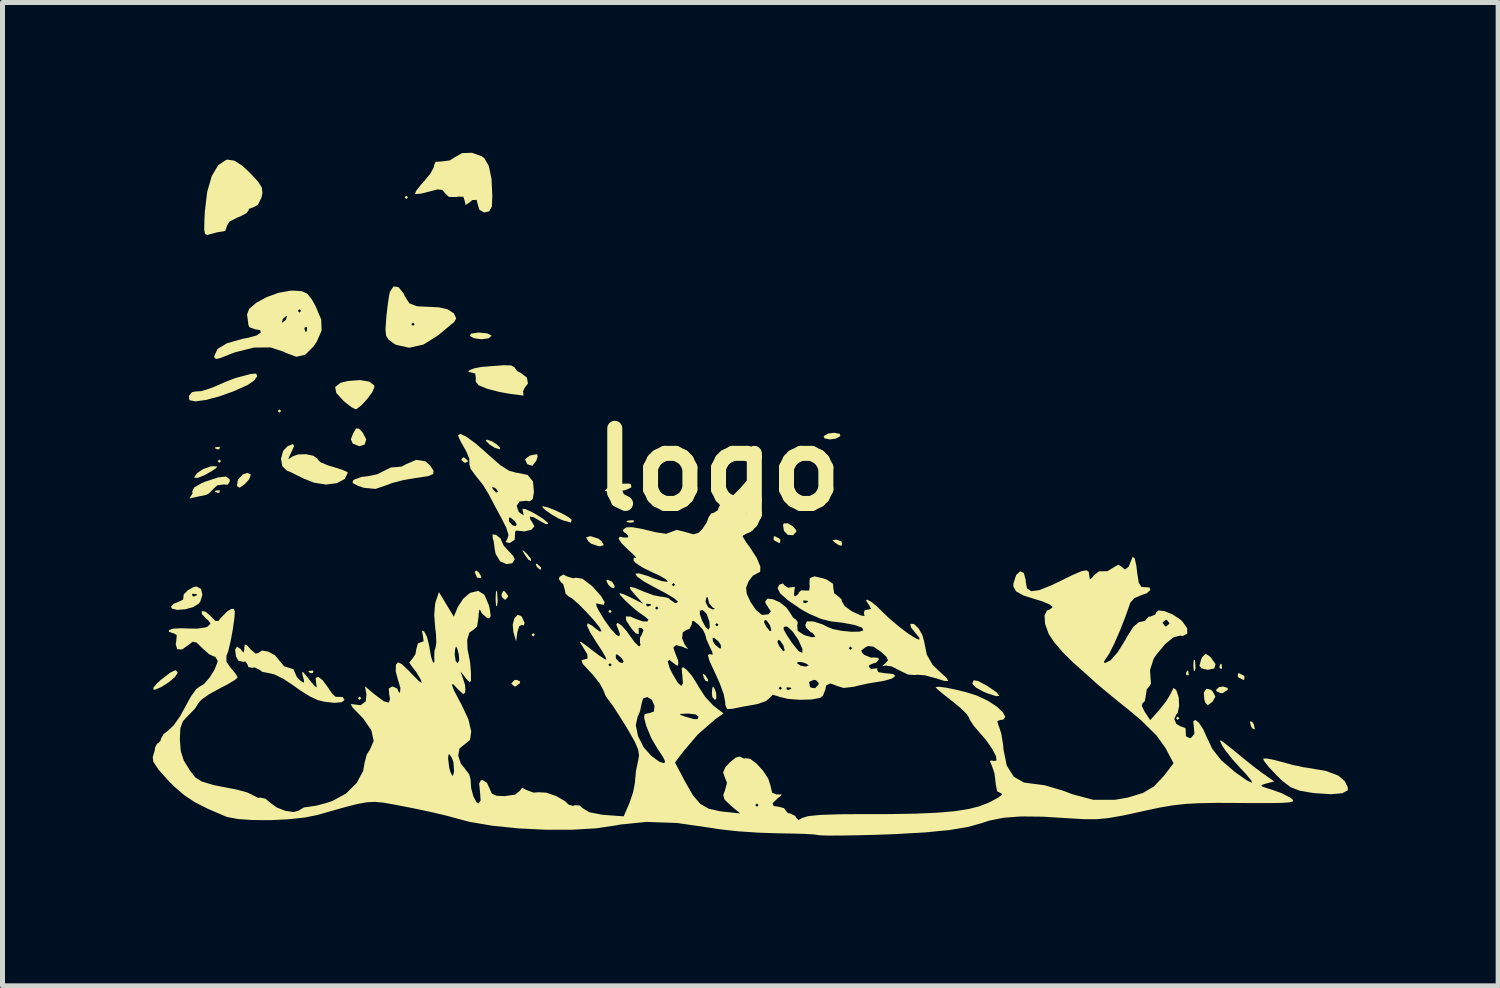
<source format=kicad_pcb>
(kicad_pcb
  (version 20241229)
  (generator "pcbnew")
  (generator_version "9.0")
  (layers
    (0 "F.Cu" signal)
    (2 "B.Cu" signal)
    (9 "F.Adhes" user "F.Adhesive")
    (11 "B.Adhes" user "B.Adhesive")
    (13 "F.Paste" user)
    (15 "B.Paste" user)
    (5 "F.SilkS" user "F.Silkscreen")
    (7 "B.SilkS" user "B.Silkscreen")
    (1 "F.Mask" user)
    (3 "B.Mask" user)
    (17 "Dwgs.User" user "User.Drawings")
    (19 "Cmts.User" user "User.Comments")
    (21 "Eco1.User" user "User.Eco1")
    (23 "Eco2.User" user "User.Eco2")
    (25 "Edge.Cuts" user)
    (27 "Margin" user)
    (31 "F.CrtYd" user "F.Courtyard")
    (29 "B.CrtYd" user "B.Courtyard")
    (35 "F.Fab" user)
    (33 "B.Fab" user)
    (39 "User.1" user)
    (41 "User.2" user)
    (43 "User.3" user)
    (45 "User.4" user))
  (footprint "logo"
    (layer "F.Cu")
    (at 11.295 6.323)
    (property "Reference" "logo" (at 0 0 0) (layer "F.SilkS") (effects (font (size 1.5 1.5) (thickness 0.3))))
    (attr board_only exclude_from_pos_files exclude_from_bom)
    (fp_poly (pts (xy -9.933 -0.167) (xy -9.967 -0.133) (xy -10 -0.167) (xy -9.967 -0.2)) (stroke (width 0) (type solid)) (fill yes) (layer "F.SilkS"))
    (fp_poly (pts (xy -8.733 -1.167) (xy -8.767 -1.133) (xy -8.8 -1.167) (xy -8.767 -1.2)) (stroke (width 0) (type solid)) (fill yes) (layer "F.SilkS"))
    (fp_poly (pts (xy -7.133 4.567) (xy -7.167 4.6) (xy -7.2 4.567) (xy -7.167 4.533)) (stroke (width 0) (type solid)) (fill yes) (layer "F.SilkS"))
    (fp_poly (pts (xy -6.2 -5.433) (xy -6.233 -5.4) (xy -6.267 -5.433) (xy -6.233 -5.467)) (stroke (width 0) (type solid)) (fill yes) (layer "F.SilkS"))
    (fp_poly (pts (xy -3.667 3.3) (xy -3.7 3.333) (xy -3.733 3.3) (xy -3.7 3.267)) (stroke (width 0) (type solid)) (fill yes) (layer "F.SilkS"))
    (fp_poly (pts (xy -2.133 2.833) (xy -2.167 2.867) (xy -2.2 2.833) (xy -2.167 2.8)) (stroke (width 0) (type solid)) (fill yes) (layer "F.SilkS"))
    (fp_poly (pts (xy 9.2 4.967) (xy 9.167 5) (xy 9.133 4.967) (xy 9.167 4.933)) (stroke (width 0) (type solid)) (fill yes) (layer "F.SilkS"))
    (fp_poly (pts (xy -9.956 -0.444) (xy -9.965 -0.405) (xy -10 -0.4) (xy -10.055 -0.424) (xy -10.044 -0.444) (xy -9.965 -0.452)) (stroke (width 0) (type solid)) (fill yes) (layer "F.SilkS"))
    (fp_poly (pts (xy -9.956 0.422) (xy -9.965 0.462) (xy -10 0.467) (xy -10.055 0.442) (xy -10.044 0.422) (xy -9.965 0.414)) (stroke (width 0) (type solid)) (fill yes) (layer "F.SilkS"))
    (fp_poly (pts (xy -8.089 4.022) (xy -8.098 4.062) (xy -8.133 4.067) (xy -8.188 4.042) (xy -8.178 4.022) (xy -8.099 4.014)) (stroke (width 0) (type solid)) (fill yes) (layer "F.SilkS"))
    (fp_poly (pts (xy -1.685 1.026) (xy -1.705 1.057) (xy -1.772 1.061) (xy -1.843 1.045) (xy -1.812 1.021) (xy -1.708 1.013)) (stroke (width 0) (type solid)) (fill yes) (layer "F.SilkS"))
    (fp_poly (pts (xy 9.378 4.022) (xy 9.386 4.101) (xy 9.378 4.111) (xy 9.338 4.102) (xy 9.333 4.067) (xy 9.358 4.012)) (stroke (width 0) (type solid)) (fill yes) (layer "F.SilkS"))
    (fp_poly (pts (xy 10.044 3.889) (xy 10.052 3.968) (xy 10.044 3.978) (xy 10.005 3.969) (xy 10 3.933) (xy 10.024 3.878)) (stroke (width 0) (type solid)) (fill yes) (layer "F.SilkS"))
    (fp_poly (pts (xy -3.896 1.619) (xy -3.828 1.682) (xy -3.749 1.779) (xy -3.74 1.829) (xy -3.793 1.804) (xy -3.86 1.714) (xy -3.917 1.614)) (stroke (width 0) (type solid)) (fill yes) (layer "F.SilkS"))
    (fp_poly (pts (xy -3.61 1.894) (xy -3.539 1.961) (xy -3.553 1.999) (xy -3.563 2) (xy -3.619 1.953) (xy -3.64 1.923) (xy -3.648 1.877)) (stroke (width 0) (type solid)) (fill yes) (layer "F.SilkS"))
    (fp_poly (pts (xy -2.125 2.242) (xy -2.073 2.324) (xy -2.084 2.373) (xy -2.144 2.355) (xy -2.199 2.302) (xy -2.242 2.218) (xy -2.212 2.2)) (stroke (width 0) (type solid)) (fill yes) (layer "F.SilkS"))
    (fp_poly (pts (xy -0.267 4.107) (xy -0.258 4.116) (xy -0.206 4.203) (xy -0.213 4.235) (xy -0.262 4.215) (xy -0.296 4.153) (xy -0.316 4.075)) (stroke (width 0) (type solid)) (fill yes) (layer "F.SilkS"))
    (fp_poly (pts (xy 10.665 5.049) (xy 10.69 5.097) (xy 10.707 5.191) (xy 10.662 5.173) (xy 10.631 5.129) (xy 10.61 5.042) (xy 10.618 5.026)) (stroke (width 0) (type solid)) (fill yes) (layer "F.SilkS"))
    (fp_poly (pts (xy -5.067 -0.233) (xy -5.003 -0.173) (xy -5 -0.163) (xy -5.052 -0.134) (xy -5.067 -0.133) (xy -5.131 -0.185) (xy -5.133 -0.204) (xy -5.092 -0.244)) (stroke (width 0) (type solid)) (fill yes) (layer "F.SilkS"))
    (fp_poly (pts (xy -4.788 2.052) (xy -4.737 2.137) (xy -4.743 2.166) (xy -4.813 2.163) (xy -4.822 2.156) (xy -4.866 2.053) (xy -4.867 2.042) (xy -4.833 2.017)) (stroke (width 0) (type solid)) (fill yes) (layer "F.SilkS"))
    (fp_poly (pts (xy -4.525 -0.563) (xy -4.429 -0.502) (xy -4.357 -0.429) (xy -4.371 -0.402) (xy -4.475 -0.437) (xy -4.571 -0.498) (xy -4.643 -0.571) (xy -4.629 -0.598)) (stroke (width 0) (type solid)) (fill yes) (layer "F.SilkS"))
    (fp_poly (pts (xy -4.42 2.451) (xy -4.409 2.624) (xy -4.421 2.717) (xy -4.439 2.733) (xy -4.449 2.637) (xy -4.45 2.567) (xy -4.443 2.438) (xy -4.428 2.418)) (stroke (width 0) (type solid)) (fill yes) (layer "F.SilkS"))
    (fp_poly (pts (xy -4.267 2.433) (xy -4.203 2.519) (xy -4.2 2.537) (xy -4.251 2.598) (xy -4.267 2.6) (xy -4.325 2.546) (xy -4.333 2.496) (xy -4.301 2.427)) (stroke (width 0) (type solid)) (fill yes) (layer "F.SilkS"))
    (fp_poly (pts (xy -3.96 4.232) (xy -3.967 4.267) (xy -4.052 4.331) (xy -4.071 4.333) (xy -4.132 4.282) (xy -4.133 4.267) (xy -4.079 4.208) (xy -4.029 4.2)) (stroke (width 0) (type solid)) (fill yes) (layer "F.SilkS"))
    (fp_poly (pts (xy -0.073 4.388) (xy -0.047 4.467) (xy -0.044 4.573) (xy -0.073 4.6) (xy -0.122 4.544) (xy -0.133 4.467) (xy -0.123 4.358) (xy -0.108 4.333)) (stroke (width 0) (type solid)) (fill yes) (layer "F.SilkS"))
    (fp_poly (pts (xy 1.22 1.382) (xy 1.233 1.4) (xy 1.23 1.462) (xy 1.208 1.467) (xy 1.114 1.418) (xy 1.1 1.4) (xy 1.103 1.338) (xy 1.125 1.333)) (stroke (width 0) (type solid)) (fill yes) (layer "F.SilkS"))
    (fp_poly (pts (xy 2.419 -0.712) (xy 2.433 -0.667) (xy 2.342 -0.616) (xy 2.225 -0.6) (xy 2.114 -0.622) (xy 2.1 -0.667) (xy 2.192 -0.718) (xy 2.308 -0.733)) (stroke (width 0) (type solid)) (fill yes) (layer "F.SilkS"))
    (fp_poly (pts (xy 2.449 1.432) (xy 2.467 1.467) (xy 2.456 1.525) (xy 2.399 1.508) (xy 2.333 1.467) (xy 2.272 1.415) (xy 2.335 1.401) (xy 2.35 1.401)) (stroke (width 0) (type solid)) (fill yes) (layer "F.SilkS"))
    (fp_poly (pts (xy 9.51 3.806) (xy 9.513 3.818) (xy 9.523 3.963) (xy 9.51 4.018) (xy 9.489 4.02) (xy 9.48 3.916) (xy 9.48 3.9) (xy 9.489 3.797)) (stroke (width 0) (type solid)) (fill yes) (layer "F.SilkS"))
    (fp_poly (pts (xy 10.163 4.359) (xy 10.167 4.4) (xy 10.07 4.461) (xy 10.029 4.467) (xy 9.943 4.429) (xy 9.933 4.4) (xy 9.989 4.346) (xy 10.071 4.333)) (stroke (width 0) (type solid)) (fill yes) (layer "F.SilkS"))
    (fp_poly (pts (xy 10.486 4.115) (xy 10.5 4.133) (xy 10.497 4.195) (xy 10.475 4.2) (xy 10.38 4.151) (xy 10.367 4.133) (xy 10.37 4.072) (xy 10.392 4.067)) (stroke (width 0) (type solid)) (fill yes) (layer "F.SilkS"))
    (fp_poly (pts (xy -9.337 0.103) (xy -9.372 0.198) (xy -9.46 0.294) (xy -9.561 0.364) (xy -9.611 0.333) (xy -9.615 0.321) (xy -9.595 0.205) (xy -9.501 0.1) (xy -9.405 0.067)) (stroke (width 0) (type solid)) (fill yes) (layer "F.SilkS"))
    (fp_poly (pts (xy -7.178 -0.814) (xy -7.104 -0.738) (xy -7.033 -0.599) (xy -7.066 -0.497) (xy -7.173 -0.465) (xy -7.304 -0.518) (xy -7.339 -0.604) (xy -7.298 -0.717) (xy -7.236 -0.82)) (stroke (width 0) (type solid)) (fill yes) (layer "F.SilkS"))
    (fp_poly (pts (xy -3.61 -0.259) (xy -3.64 -0.172) (xy -3.717 -0.073) (xy -3.815 -0.104) (xy -3.822 -0.111) (xy -3.862 -0.205) (xy -3.773 -0.274) (xy -3.733 -0.286) (xy -3.624 -0.306)) (stroke (width 0) (type solid)) (fill yes) (layer "F.SilkS"))
    (fp_poly (pts (xy 1.484 1.133) (xy 1.551 1.213) (xy 1.554 1.241) (xy 1.487 1.312) (xy 1.382 1.305) (xy 1.307 1.227) (xy 1.288 1.113) (xy 1.302 1.076) (xy 1.38 1.074)) (stroke (width 0) (type solid)) (fill yes) (layer "F.SilkS"))
    (fp_poly (pts (xy -4.615 -2.717) (xy -4.536 -2.676) (xy -4.533 -2.667) (xy -4.591 -2.619) (xy -4.729 -2.6) (xy -4.883 -2.621) (xy -4.967 -2.667) (xy -4.939 -2.712) (xy -4.803 -2.733) (xy -4.771 -2.733)) (stroke (width 0) (type solid)) (fill yes) (layer "F.SilkS"))
    (fp_poly (pts (xy -2.397 1.381) (xy -2.333 1.433) (xy -2.29 1.511) (xy -2.36 1.533) (xy -2.384 1.533) (xy -2.536 1.486) (xy -2.6 1.433) (xy -2.644 1.356) (xy -2.573 1.334) (xy -2.55 1.333)) (stroke (width 0) (type solid)) (fill yes) (layer "F.SilkS"))
    (fp_poly (pts (xy 9.802 3.727) (xy 9.827 3.751) (xy 9.923 3.886) (xy 9.898 3.972) (xy 9.767 4) (xy 9.642 3.972) (xy 9.601 3.917) (xy 9.636 3.789) (xy 9.662 3.739) (xy 9.723 3.681)) (stroke (width 0) (type solid)) (fill yes) (layer "F.SilkS"))
    (fp_poly (pts (xy 9.829 4.397) (xy 9.867 4.434) (xy 9.92 4.535) (xy 9.865 4.63) (xy 9.851 4.644) (xy 9.768 4.708) (xy 9.721 4.661) (xy 9.7 4.601) (xy 9.687 4.454) (xy 9.739 4.377)) (stroke (width 0) (type solid)) (fill yes) (layer "F.SilkS"))
    (fp_poly (pts (xy -10.01 -0.061) (xy -10.028 -0.029) (xy -10.102 0.022) (xy -10.259 0.113) (xy -10.393 0.166) (xy -10.464 0.165) (xy -10.467 0.155) (xy -10.412 0.073) (xy -10.284 -0.01) (xy -10.14 -0.061) (xy -10.102 -0.065)) (stroke (width 0) (type solid)) (fill yes) (layer "F.SilkS"))
    (fp_poly (pts (xy -1.749 0.296) (xy -1.74 0.357) (xy -1.852 0.409) (xy -2.025 0.445) (xy -2.193 0.456) (xy -2.266 0.423) (xy -2.267 0.416) (xy -2.209 0.364) (xy -2.074 0.316) (xy -1.914 0.284) (xy -1.786 0.281)) (stroke (width 0) (type solid)) (fill yes) (layer "F.SilkS"))
    (fp_poly (pts (xy -10.801 4.044) (xy -10.8 4.062) (xy -10.852 4.143) (xy -10.977 4.249) (xy -11.127 4.344) (xy -11.254 4.396) (xy -11.277 4.398) (xy -11.285 4.36) (xy -11.207 4.266) (xy -11.133 4.2) (xy -10.948 4.056) (xy -10.841 4.006)) (stroke (width 0) (type solid)) (fill yes) (layer "F.SilkS"))
    (fp_poly (pts (xy -3.939 2.926) (xy -3.924 2.947) (xy -3.872 3.062) (xy -3.887 3.115) (xy -3.929 3.103) (xy -3.981 3.131) (xy -4.016 3.249) (xy -4.041 3.433) (xy -4.094 3.249) (xy -4.109 3.097) (xy -4.075 2.971) (xy -4.012 2.902)) (stroke (width 0) (type solid)) (fill yes) (layer "F.SilkS"))
    (fp_poly (pts (xy 5.18 4.222) (xy 5.351 4.313) (xy 5.383 4.333) (xy 5.555 4.451) (xy 5.607 4.517) (xy 5.545 4.526) (xy 5.375 4.472) (xy 5.283 4.434) (xy 5.139 4.354) (xy 5.068 4.279) (xy 5.067 4.27) (xy 5.092 4.209)) (stroke (width 0) (type solid)) (fill yes) (layer "F.SilkS"))
    (fp_poly (pts (xy -3.401 0.759) (xy -3.242 0.823) (xy -3.081 0.901) (xy -2.964 0.972) (xy -2.933 1.007) (xy -2.947 1.059) (xy -2.95 1.059) (xy -3.02 1.038) (xy -3.1 1.018) (xy -3.205 0.973) (xy -3.334 0.897) (xy -3.451 0.815) (xy -3.517 0.752) (xy -3.51 0.733)) (stroke (width 0) (type solid)) (fill yes) (layer "F.SilkS"))
    (fp_poly (pts (xy -6.971 -1.754) (xy -6.876 -1.68) (xy -6.869 -1.646) (xy -6.911 -1.547) (xy -7.01 -1.411) (xy -7.127 -1.283) (xy -7.225 -1.208) (xy -7.247 -1.202) (xy -7.328 -1.244) (xy -7.458 -1.344) (xy -7.483 -1.366) (xy -7.631 -1.528) (xy -7.654 -1.647) (xy -7.55 -1.729) (xy -7.403 -1.766) (xy -7.157 -1.785)) (stroke (width 0) (type solid)) (fill yes) (layer "F.SilkS"))
    (fp_poly (pts (xy -4.441 1.306) (xy -4.348 1.381) (xy -4.333 1.426) (xy -4.287 1.524) (xy -4.2 1.618) (xy -4.1 1.724) (xy -4.067 1.792) (xy -4.118 1.872) (xy -4.232 1.889) (xy -4.353 1.837) (xy -4.365 1.826) (xy -4.449 1.687) (xy -4.467 1.601) (xy -4.489 1.433) (xy -4.507 1.371) (xy -4.512 1.296)) (stroke (width 0) (type solid)) (fill yes) (layer "F.SilkS"))
    (fp_poly (pts (xy -9.762 0.193) (xy -9.756 0.234) (xy -9.8 0.306) (xy -9.872 0.298) (xy -10.007 0.317) (xy -10.078 0.381) (xy -10.176 0.48) (xy -10.233 0.509) (xy -10.345 0.531) (xy -10.467 0.558) (xy -10.562 0.576) (xy -10.554 0.562) (xy -10.501 0.478) (xy -10.507 0.439) (xy -10.47 0.361) (xy -10.319 0.272) (xy -10.251 0.244) (xy -9.991 0.158) (xy -9.832 0.141)) (stroke (width 0) (type solid)) (fill yes) (layer "F.SilkS"))
    (fp_poly (pts (xy -9.21 -1.86) (xy -9.274 -1.774) (xy -9.405 -1.685) (xy -9.692 -1.557) (xy -9.981 -1.455) (xy -10.242 -1.387) (xy -10.445 -1.36) (xy -10.561 -1.383) (xy -10.564 -1.386) (xy -10.574 -1.467) (xy -10.512 -1.544) (xy -10.434 -1.558) (xy -10.327 -1.564) (xy -10.15 -1.619) (xy -10.032 -1.667) (xy -9.829 -1.755) (xy -9.664 -1.819) (xy -9.608 -1.836) (xy -9.458 -1.875) (xy -9.341 -1.907) (xy -9.229 -1.914)) (stroke (width 0) (type solid)) (fill yes) (layer "F.SilkS"))
    (fp_poly (pts (xy 11.111 5.803) (xy 11.229 5.835) (xy 11.466 5.899) (xy 11.688 5.946) (xy 11.759 5.956) (xy 12.127 6.019) (xy 12.374 6.112) (xy 12.5 6.22) (xy 12.561 6.34) (xy 12.565 6.403) (xy 12.454 6.463) (xy 12.231 6.483) (xy 11.907 6.462) (xy 11.835 6.453) (xy 11.594 6.411) (xy 11.421 6.342) (xy 11.256 6.217) (xy 11.138 6.103) (xy 10.989 5.944) (xy 10.894 5.824) (xy 10.873 5.771) (xy 10.95 5.77)) (stroke (width 0) (type solid)) (fill yes) (layer "F.SilkS"))
    (fp_poly (pts (xy -5.854 -0.164) (xy -5.759 -0.083) (xy -5.69 0.024) (xy -5.696 0.09) (xy -5.794 0.132) (xy -6.005 0.165) (xy -6.05 0.17) (xy -6.297 0.213) (xy -6.517 0.27) (xy -6.613 0.308) (xy -6.849 0.388) (xy -7.085 0.365) (xy -7.198 0.326) (xy -7.306 0.27) (xy -7.297 0.22) (xy -7.265 0.198) (xy -7.123 0.148) (xy -6.998 0.134) (xy -6.813 0.095) (xy -6.678 0.027) (xy -6.539 -0.041) (xy -6.444 -0.047) (xy -6.33 -0.057) (xy -6.234 -0.107) (xy -6.036 -0.192)) (stroke (width 0) (type solid)) (fill yes) (layer "F.SilkS"))
    (fp_poly (pts (xy -10.332 2.384) (xy -10.304 2.502) (xy -10.347 2.639) (xy -10.375 2.676) (xy -10.488 2.747) (xy -10.646 2.791) (xy -10.803 2.803) (xy -10.911 2.778) (xy -10.933 2.741) (xy -10.877 2.68) (xy -10.786 2.644) (xy -10.69 2.598) (xy -10.685 2.559) (xy -10.677 2.493) (xy -10.673 2.489) (xy -10.511 2.489) (xy -10.502 2.529) (xy -10.467 2.533) (xy -10.412 2.509) (xy -10.422 2.489) (xy -10.501 2.481) (xy -10.511 2.489) (xy -10.673 2.489) (xy -10.593 2.409) (xy -10.479 2.347) (xy -10.424 2.335)) (stroke (width 0) (type solid)) (fill yes) (layer "F.SilkS"))
    (fp_poly (pts (xy -4.14 -2.077) (xy -4.074 -2.042) (xy -4.073 -2.037) (xy -4.022 -1.966) (xy -3.938 -1.922) (xy -3.826 -1.834) (xy -3.805 -1.716) (xy -3.868 -1.633) (xy -3.906 -1.553) (xy -3.897 -1.529) (xy -3.896 -1.477) (xy -3.913 -1.477) (xy -4.013 -1.491) (xy -4.167 -1.511) (xy -4.369 -1.547) (xy -4.596 -1.605) (xy -4.621 -1.613) (xy -4.789 -1.681) (xy -4.849 -1.757) (xy -4.844 -1.812) (xy -4.857 -1.914) (xy -4.917 -1.933) (xy -4.994 -1.948) (xy -4.97 -1.983) (xy -4.874 -2.021) (xy -4.732 -2.047) (xy -4.711 -2.049) (xy -4.48 -2.067) (xy -4.285 -2.082)) (stroke (width 0) (type solid)) (fill yes) (layer "F.SilkS"))
    (fp_poly (pts (xy -9.663 -6.165) (xy -9.502 -6.06) (xy -9.352 -5.919) (xy -9.194 -5.749) (xy -9.118 -5.629) (xy -9.105 -5.52) (xy -9.123 -5.433) (xy -9.197 -5.282) (xy -9.287 -5.234) (xy -9.375 -5.204) (xy -9.383 -5.173) (xy -9.428 -5.114) (xy -9.561 -5.046) (xy -9.6 -5.032) (xy -9.762 -4.95) (xy -9.817 -4.86) (xy -9.816 -4.854) (xy -9.845 -4.767) (xy -9.883 -4.755) (xy -10.009 -4.735) (xy -10.124 -4.704) (xy -10.205 -4.682) (xy -10.25 -4.7) (xy -10.268 -4.783) (xy -10.265 -4.956) (xy -10.256 -5.143) (xy -10.209 -5.542) (xy -10.117 -5.858) (xy -9.989 -6.076) (xy -9.83 -6.181) (xy -9.8 -6.186)) (stroke (width 0) (type solid)) (fill yes) (layer "F.SilkS"))
    (fp_poly (pts (xy -8.475 -0.466) (xy -8.536 -0.327) (xy -8.544 -0.312) (xy -8.591 -0.214) (xy -8.563 -0.217) (xy -8.514 -0.256) (xy -8.394 -0.301) (xy -8.234 -0.305) (xy -8.086 -0.273) (xy -8.004 -0.213) (xy -8 -0.194) (xy -7.942 -0.142) (xy -7.794 -0.081) (xy -7.7 -0.053) (xy -7.523 0.002) (xy -7.416 0.048) (xy -7.401 0.064) (xy -7.464 0.19) (xy -7.619 0.273) (xy -7.833 0.301) (xy -8.068 0.265) (xy -8.1 0.254) (xy -8.275 0.185) (xy -8.4 0.124) (xy -8.554 0.047) (xy -8.617 0.024) (xy -8.71 -0.067) (xy -8.735 -0.216) (xy -8.693 -0.37) (xy -8.6 -0.467) (xy -8.495 -0.508)) (stroke (width 0) (type solid)) (fill yes) (layer "F.SilkS"))
    (fp_poly (pts (xy -6.391 -3.642) (xy -6.291 -3.52) (xy -6.267 -3.467) (xy -6.173 -3.317) (xy -6.027 -3.261) (xy -5.975 -3.256) (xy -5.756 -3.246) (xy -5.583 -3.237) (xy -5.408 -3.198) (xy -5.283 -3.116) (xy -5.237 -3.017) (xy -5.277 -2.944) (xy -5.382 -2.858) (xy -5.538 -2.728) (xy -5.602 -2.675) (xy -5.89 -2.495) (xy -6.173 -2.431) (xy -6.431 -2.486) (xy -6.485 -2.516) (xy -6.586 -2.589) (xy -6.637 -2.671) (xy -6.649 -2.802) (xy -6.642 -2.9) (xy -6.133 -2.9) (xy -6.1 -2.867) (xy -6.067 -2.9) (xy -6.1 -2.933) (xy -6.133 -2.9) (xy -6.642 -2.9) (xy -6.634 -3.023) (xy -6.633 -3.033) (xy -6.607 -3.269) (xy -6.579 -3.463) (xy -6.56 -3.55) (xy -6.488 -3.654)) (stroke (width 0) (type solid)) (fill yes) (layer "F.SilkS"))
    (fp_poly (pts (xy -4.728 -6.253) (xy -4.678 -6.217) (xy -4.587 -6.063) (xy -4.532 -5.804) (xy -4.516 -5.46) (xy -4.525 -5.25) (xy -4.579 -5.153) (xy -4.681 -5.132) (xy -4.773 -5.183) (xy -4.8 -5.267) (xy -4.83 -5.383) (xy -4.915 -5.379) (xy -4.987 -5.32) (xy -5.05 -5.282) (xy -5.067 -5.361) (xy -5.095 -5.445) (xy -5.201 -5.447) (xy -5.23 -5.44) (xy -5.384 -5.441) (xy -5.457 -5.513) (xy -5.516 -5.582) (xy -5.611 -5.591) (xy -5.773 -5.549) (xy -5.941 -5.507) (xy -6.047 -5.498) (xy -6.059 -5.503) (xy -6.036 -5.565) (xy -5.942 -5.685) (xy -5.875 -5.758) (xy -5.751 -5.909) (xy -5.684 -6.036) (xy -5.68 -6.073) (xy -5.65 -6.142) (xy -5.526 -6.149) (xy -5.363 -6.171) (xy -5.268 -6.232) (xy -5.121 -6.316) (xy -4.922 -6.323)) (stroke (width 0) (type solid)) (fill yes) (layer "F.SilkS"))
    (fp_poly (pts (xy -9.416 3.509) (xy -9.34 3.593) (xy -9.242 3.676) (xy -9.188 3.664) (xy -9.188 3.664) (xy -9.116 3.615) (xy -8.989 3.636) (xy -8.857 3.709) (xy -8.765 3.817) (xy -8.764 3.82) (xy -8.67 3.93) (xy -8.583 3.957) (xy -8.485 3.989) (xy -8.467 4.033) (xy -8.42 4.141) (xy -8.357 4.208) (xy -8.282 4.259) (xy -8.275 4.214) (xy -8.297 4.133) (xy -8.317 4.046) (xy -8.288 4.052) (xy -8.198 4.159) (xy -8.167 4.2) (xy -8.061 4.327) (xy -8.02 4.348) (xy -8.031 4.283) (xy -8.044 4.162) (xy -7.993 4.139) (xy -7.902 4.208) (xy -7.807 4.338) (xy -7.715 4.472) (xy -7.648 4.537) (xy -7.641 4.538) (xy -7.505 4.542) (xy -7.467 4.6) (xy -7.524 4.646) (xy -7.671 4.659) (xy -7.867 4.637) (xy -8.004 4.603) (xy -8.151 4.535) (xy -8.349 4.412) (xy -8.493 4.309) (xy -8.691 4.177) (xy -8.872 4.089) (xy -8.968 4.067) (xy -9.108 4.04) (xy -9.169 3.995) (xy -9.261 3.952) (xy -9.307 3.96) (xy -9.388 3.944) (xy -9.4 3.9) (xy -9.446 3.834) (xy -9.494 3.84) (xy -9.587 3.816) (xy -9.633 3.733) (xy -9.651 3.598) (xy -9.616 3.538) (xy -9.547 3.579) (xy -9.531 3.602) (xy -9.482 3.657) (xy -9.468 3.589) (xy -9.468 3.573) (xy -9.459 3.493)) (stroke (width 0) (type solid)) (fill yes) (layer "F.SilkS"))
    (fp_poly (pts (xy -8.318 -3.559) (xy -8.21 -3.51) (xy -8.118 -3.393) (xy -8.042 -3.256) (xy -7.932 -2.993) (xy -7.924 -2.775) (xy -8.019 -2.555) (xy -8.086 -2.456) (xy -8.252 -2.29) (xy -8.43 -2.25) (xy -8.645 -2.331) (xy -8.674 -2.348) (xy -8.942 -2.437) (xy -9.277 -2.434) (xy -9.655 -2.339) (xy -9.761 -2.298) (xy -9.943 -2.226) (xy -10.034 -2.205) (xy -10.064 -2.233) (xy -10.067 -2.262) (xy -10.005 -2.404) (xy -9.817 -2.519) (xy -9.502 -2.609) (xy -9.383 -2.631) (xy -9.222 -2.676) (xy -9.139 -2.734) (xy -9.149 -2.782) (xy -9.256 -2.8) (xy -8.267 -2.8) (xy -8.242 -2.745) (xy -8.222 -2.756) (xy -8.214 -2.835) (xy -8.222 -2.844) (xy -8.262 -2.835) (xy -8.267 -2.8) (xy -9.256 -2.8) (xy -9.362 -2.838) (xy -9.386 -2.883) (xy -9.392 -2.938) (xy -8.717 -2.938) (xy -8.708 -2.933) (xy -8.647 -2.98) (xy -8.633 -3) (xy -8.616 -3.062) (xy -8.625 -3.067) (xy -8.686 -3.02) (xy -8.7 -3) (xy -8.717 -2.938) (xy -9.392 -2.938) (xy -9.402 -3.019) (xy -9.413 -3.095) (xy -9.385 -3.167) (xy -8.4 -3.167) (xy -8.367 -3.133) (xy -8.333 -3.167) (xy -8.367 -3.2) (xy -8.4 -3.167) (xy -9.385 -3.167) (xy -9.37 -3.208) (xy -9.228 -3.329) (xy -9.022 -3.441) (xy -8.785 -3.527) (xy -8.55 -3.569) (xy -8.486 -3.571)) (stroke (width 0) (type solid)) (fill yes) (layer "F.SilkS"))
    (fp_poly (pts (xy -5.036 -0.656) (xy -4.85 -0.52) (xy -4.613 -0.313) (xy -4.588 -0.289) (xy -4.356 -0.086) (xy -4.179 0.027) (xy -4.032 0.066) (xy -4.013 0.067) (xy -3.811 0.109) (xy -3.704 0.24) (xy -3.685 0.452) (xy -3.71 0.594) (xy -3.773 0.636) (xy -3.841 0.625) (xy -3.972 0.639) (xy -4.03 0.727) (xy -3.99 0.843) (xy -3.961 0.871) (xy -3.892 0.916) (xy -3.9 0.857) (xy -3.906 0.842) (xy -3.914 0.785) (xy -3.856 0.79) (xy -3.71 0.859) (xy -3.674 0.878) (xy -3.512 0.977) (xy -3.413 1.058) (xy -3.4 1.083) (xy -3.445 1.093) (xy -3.548 1.037) (xy -3.692 0.953) (xy -3.768 0.941) (xy -3.758 0.999) (xy -3.729 1.038) (xy -3.676 1.133) (xy -3.731 1.199) (xy -3.738 1.204) (xy -3.88 1.237) (xy -3.952 1.227) (xy -4.045 1.22) (xy -4.06 1.245) (xy -4.069 1.404) (xy -4.165 1.466) (xy -4.18 1.467) (xy -4.252 1.447) (xy -4.219 1.393) (xy -4.193 1.308) (xy -4.239 1.159) (xy -4.302 1.035) (xy -4.184 1.035) (xy -4.117 1.112) (xy -4.055 1.133) (xy -4.028 1.095) (xy -4.068 1.032) (xy -4.15 0.962) (xy -4.183 0.961) (xy -4.184 1.035) (xy -4.302 1.035) (xy -4.314 1.009) (xy -4.435 0.786) (xy -4.546 0.575) (xy -4.585 0.5) (xy -4.676 0.352) (xy -4.523 0.352) (xy -4.506 0.39) (xy -4.439 0.461) (xy -4.401 0.447) (xy -4.4 0.437) (xy -4.447 0.381) (xy -4.477 0.36) (xy -4.523 0.352) (xy -4.676 0.352) (xy -4.705 0.305) (xy -4.85 0.122) (xy -4.948 -0.011) (xy -4.977 -0.112) (xy -4.972 -0.124) (xy -4.977 -0.22) (xy -5.041 -0.371) (xy -5.065 -0.413) (xy -5.152 -0.566) (xy -5.198 -0.669) (xy -5.2 -0.681) (xy -5.157 -0.713)) (stroke (width 0) (type solid)) (fill yes) (layer "F.SilkS"))
    (fp_poly (pts (xy 0.705 0.235) (xy 0.69 0.433) (xy 0.676 0.641) (xy 0.708 0.729) (xy 0.724 0.733) (xy 0.796 0.779) (xy 0.8 0.8) (xy 0.744 0.853) (xy 0.654 0.867) (xy 0.553 0.873) (xy 0.572 0.912) (xy 0.631 0.957) (xy 0.711 1.071) (xy 0.699 1.191) (xy 0.607 1.262) (xy 0.569 1.267) (xy 0.488 1.28) (xy 0.481 1.336) (xy 0.554 1.457) (xy 0.626 1.554) (xy 0.764 1.768) (xy 0.835 1.938) (xy 0.832 2.043) (xy 0.782 2.067) (xy 0.686 2.12) (xy 0.6 2.234) (xy 0.55 2.36) (xy 0.564 2.482) (xy 0.638 2.644) (xy 0.746 2.802) (xy 0.856 2.896) (xy 0.883 2.904) (xy 0.999 2.89) (xy 1.045 2.829) (xy 1.001 2.767) (xy 0.938 2.67) (xy 0.933 2.633) (xy 0.979 2.578) (xy 1.089 2.591) (xy 1.226 2.654) (xy 1.351 2.751) (xy 1.416 2.842) (xy 1.491 2.96) (xy 1.549 3) (xy 1.582 3.051) (xy 1.571 3.119) (xy 1.581 3.22) (xy 1.7 3.3) (xy 1.733 3.313) (xy 1.869 3.35) (xy 1.933 3.339) (xy 1.933 3.335) (xy 1.88 3.267) (xy 1.833 3.243) (xy 1.745 3.153) (xy 1.733 3.101) (xy 1.765 3.032) (xy 1.881 3.033) (xy 1.917 3.041) (xy 2.078 3.093) (xy 2.172 3.141) (xy 2.285 3.187) (xy 2.464 3.222) (xy 2.658 3.24) (xy 2.818 3.237) (xy 2.894 3.21) (xy 2.862 3.157) (xy 2.718 3.105) (xy 2.481 3.06) (xy 2.247 3.033) (xy 2.05 2.984) (xy 1.809 2.881) (xy 1.647 2.79) (xy 1.401 2.622) (xy 1.689 2.622) (xy 1.698 2.662) (xy 1.733 2.667) (xy 1.788 2.642) (xy 1.778 2.622) (xy 1.699 2.614) (xy 1.689 2.622) (xy 1.401 2.622) (xy 1.382 2.609) (xy 1.229 2.472) (xy 1.179 2.369) (xy 1.213 2.3) (xy 1.288 2.275) (xy 1.313 2.313) (xy 1.389 2.361) (xy 1.449 2.351) (xy 1.525 2.345) (xy 1.514 2.422) (xy 1.507 2.514) (xy 1.535 2.533) (xy 1.597 2.482) (xy 1.6 2.459) (xy 1.652 2.412) (xy 1.722 2.416) (xy 1.81 2.416) (xy 1.821 2.327) (xy 1.815 2.291) (xy 1.822 2.17) (xy 1.915 2.133) (xy 2.102 2.177) (xy 2.161 2.198) (xy 2.286 2.282) (xy 2.292 2.364) (xy 2.309 2.471) (xy 2.36 2.507) (xy 2.453 2.588) (xy 2.467 2.639) (xy 2.521 2.729) (xy 2.652 2.825) (xy 2.663 2.832) (xy 2.84 2.914) (xy 2.916 2.925) (xy 2.9 2.867) (xy 2.917 2.811) (xy 2.971 2.8) (xy 3.045 2.783) (xy 3.009 2.711) (xy 3 2.7) (xy 2.944 2.613) (xy 2.969 2.598) (xy 3.052 2.644) (xy 3.169 2.74) (xy 3.238 2.809) (xy 3.4 2.965) (xy 3.592 3.128) (xy 3.781 3.272) (xy 3.934 3.37) (xy 4.01 3.4) (xy 4.01 3.361) (xy 3.932 3.266) (xy 3.928 3.261) (xy 3.841 3.151) (xy 3.829 3.082) (xy 3.902 3.084) (xy 3.993 3.171) (xy 4.07 3.306) (xy 4.102 3.421) (xy 4.158 3.696) (xy 4.272 3.897) (xy 4.404 4.026) (xy 4.551 4.16) (xy 4.585 4.223) (xy 4.504 4.22) (xy 4.322 4.163) (xy 4.123 4.11) (xy 3.959 4.097) (xy 3.922 4.104) (xy 3.782 4.094) (xy 3.617 4.014) (xy 3.462 3.934) (xy 3.339 3.913) (xy 3.333 3.915) (xy 3.267 3.928) (xy 3.311 3.886) (xy 3.333 3.87) (xy 3.384 3.809) (xy 3.349 3.736) (xy 3.24 3.638) (xy 3.092 3.537) (xy 2.985 3.525) (xy 2.928 3.552) (xy 2.847 3.618) (xy 2.882 3.677) (xy 2.919 3.706) (xy 3.048 3.757) (xy 3.114 3.752) (xy 3.191 3.763) (xy 3.2 3.793) (xy 3.146 3.858) (xy 3.1 3.867) (xy 3.011 3.906) (xy 3 3.94) (xy 3.049 3.984) (xy 3.103 3.975) (xy 3.172 3.97) (xy 3.166 4.001) (xy 3.193 4.047) (xy 3.321 4.067) (xy 3.329 4.067) (xy 3.488 4.083) (xy 3.529 4.124) (xy 3.461 4.175) (xy 3.294 4.222) (xy 3.217 4.234) (xy 2.98 4.273) (xy 2.766 4.321) (xy 2.71 4.337) (xy 2.499 4.362) (xy 2.398 4.332) (xy 2.232 4.271) (xy 2.148 4.312) (xy 2.133 4.393) (xy 2.084 4.518) (xy 2.028 4.56) (xy 1.855 4.592) (xy 1.621 4.598) (xy 1.387 4.58) (xy 1.213 4.539) (xy 1.195 4.53) (xy 1.082 4.497) (xy 1.028 4.556) (xy 0.945 4.625) (xy 0.78 4.682) (xy 0.713 4.695) (xy 0.497 4.733) (xy 0.314 4.77) (xy 0.283 4.777) (xy 0.173 4.784) (xy 0.136 4.705) (xy 0.133 4.639) (xy 0.104 4.489) (xy 0.06 4.367) (xy 1.2 4.367) (xy 1.233 4.4) (xy 1.267 4.367) (xy 1.256 4.356) (xy 1.356 4.356) (xy 1.365 4.395) (xy 1.4 4.4) (xy 1.455 4.376) (xy 1.444 4.356) (xy 1.365 4.348) (xy 1.356 4.356) (xy 1.256 4.356) (xy 1.233 4.333) (xy 1.2 4.367) (xy 0.06 4.367) (xy 0.026 4.273) (xy 0.012 4.241) (xy 1.808 4.241) (xy 1.825 4.333) (xy 1.843 4.354) (xy 1.926 4.367) (xy 1.993 4.3) (xy 2 4.263) (xy 1.946 4.207) (xy 1.9 4.2) (xy 1.808 4.241) (xy 0.012 4.241) (xy -0.072 4.055) (xy -0.157 3.873) (xy 1.571 3.873) (xy 1.643 3.919) (xy 1.744 3.935) (xy 1.8 3.912) (xy 1.8 3.908) (xy 1.745 3.873) (xy 1.667 3.847) (xy 1.576 3.843) (xy 1.571 3.873) (xy -0.157 3.873) (xy -0.178 3.828) (xy -0.213 3.707) (xy -0.179 3.686) (xy -0.117 3.698) (xy -0.126 3.64) (xy -0.173 3.545) (xy -0.24 3.394) (xy -0.248 3.363) (xy -0.119 3.363) (xy -0.11 3.434) (xy -0.067 3.5) (xy 0.017 3.57) (xy 0.052 3.57) (xy 0.043 3.499) (xy 0.008 3.446) (xy 1.175 3.446) (xy 1.214 3.53) (xy 1.293 3.629) (xy 1.322 3.614) (xy 1.294 3.51) (xy 1.229 3.416) (xy 1.192 3.4) (xy 1.175 3.446) (xy 0.008 3.446) (xy 0 3.433) (xy -0.083 3.364) (xy -0.119 3.363) (xy -0.248 3.363) (xy -0.266 3.294) (xy -0.312 3.198) (xy -0.4 3.1) (xy -0.496 3.022) (xy -0.53 3.037) (xy -0.533 3.09) (xy -0.582 3.185) (xy -0.633 3.2) (xy -0.713 3.25) (xy -0.728 3.367) (xy -0.674 3.499) (xy -0.65 3.528) (xy -0.608 3.583) (xy -0.662 3.566) (xy -0.713 3.541) (xy -0.848 3.505) (xy -0.902 3.558) (xy -0.863 3.67) (xy -0.808 3.811) (xy -0.801 3.863) (xy -0.819 3.923) (xy -0.88 3.88) (xy -0.981 3.802) (xy -1.015 3.83) (xy -0.979 3.956) (xy -0.926 4.067) (xy -0.814 4.256) (xy -0.741 4.323) (xy -0.711 4.267) (xy -0.722 4.117) (xy -0.736 3.976) (xy -0.711 3.945) (xy -0.638 3.996) (xy -0.534 4.116) (xy -0.421 4.294) (xy -0.397 4.338) (xy -0.267 4.538) (xy -0.11 4.708) (xy -0.086 4.728) (xy 0.1 4.87) (xy -0.063 4.985) (xy -0.416 5.292) (xy -0.697 5.623) (xy -0.869 5.849) (xy -0.665 6.237) (xy -0.51 6.506) (xy -0.365 6.675) (xy -0.197 6.772) (xy 0.029 6.823) (xy 0.11 6.833) (xy 0.433 6.867) (xy 0.243 6.709) (xy 0.234 6.7) (xy 0.733 6.7) (xy 0.767 6.733) (xy 0.8 6.7) (xy 0.767 6.667) (xy 0.733 6.7) (xy 0.234 6.7) (xy 0.121 6.591) (xy 0.094 6.498) (xy 0.128 6.41) (xy 0.169 6.256) (xy 0.126 6.147) (xy 0.091 6.046) (xy 0.138 5.943) (xy 0.223 5.849) (xy 0.344 5.752) (xy 0.427 5.73) (xy 0.437 5.739) (xy 0.517 5.773) (xy 0.538 5.764) (xy 0.631 5.776) (xy 0.758 5.871) (xy 0.889 6.014) (xy 0.993 6.173) (xy 1.038 6.313) (xy 1.038 6.314) (xy 1.07 6.452) (xy 1.159 6.489) (xy 1.174 6.488) (xy 1.261 6.487) (xy 1.233 6.525) (xy 1.183 6.562) (xy 1.079 6.663) (xy 1.101 6.72) (xy 1.2 6.733) (xy 1.308 6.761) (xy 1.333 6.8) (xy 1.387 6.86) (xy 1.428 6.867) (xy 1.531 6.916) (xy 1.55 6.95) (xy 1.598 6.999) (xy 1.672 6.956) (xy 1.79 6.92) (xy 2.039 6.896) (xy 2.421 6.883) (xy 2.767 6.881) (xy 3.411 6.88) (xy 3.939 6.871) (xy 4.366 6.852) (xy 4.708 6.823) (xy 4.981 6.781) (xy 5.202 6.726) (xy 5.386 6.655) (xy 5.414 6.642) (xy 5.58 6.553) (xy 5.663 6.491) (xy 5.65 6.469) (xy 5.563 6.426) (xy 5.534 6.284) (xy 5.533 6.262) (xy 5.509 6.065) (xy 5.459 5.919) (xy 5.417 5.82) (xy 5.457 5.809) (xy 5.489 5.82) (xy 5.551 5.811) (xy 5.539 5.723) (xy 5.465 5.58) (xy 5.342 5.404) (xy 5.221 5.264) (xy 5.091 5.111) (xy 5.012 4.99) (xy 5 4.954) (xy 4.951 4.878) (xy 4.822 4.754) (xy 4.667 4.627) (xy 4.494 4.491) (xy 4.373 4.39) (xy 4.333 4.347) (xy 4.391 4.337) (xy 4.539 4.355) (xy 4.739 4.396) (xy 4.953 4.449) (xy 5.143 4.509) (xy 5.167 4.518) (xy 5.381 4.619) (xy 5.557 4.735) (xy 5.678 4.849) (xy 5.726 4.941) (xy 5.683 4.994) (xy 5.631 5) (xy 5.565 5.023) (xy 5.59 5.114) (xy 5.6 5.133) (xy 5.646 5.277) (xy 5.681 5.491) (xy 5.691 5.6) (xy 5.754 5.91) (xy 5.893 6.132) (xy 6.097 6.25) (xy 6.224 6.267) (xy 6.51 6.304) (xy 6.88 6.413) (xy 7.067 6.484) (xy 7.481 6.595) (xy 7.914 6.595) (xy 8.167 6.551) (xy 8.471 6.459) (xy 8.694 6.326) (xy 8.888 6.121) (xy 8.906 6.098) (xy 9.084 5.865) (xy 8.925 5.563) (xy 8.744 5.31) (xy 8.442 5.012) (xy 8.193 4.802) (xy 7.95 4.607) (xy 7.74 4.435) (xy 7.588 4.308) (xy 7.526 4.254) (xy 7.431 4.167) (xy 7.271 4.023) (xy 7.079 3.853) (xy 7.076 3.85) (xy 6.874 3.651) (xy 6.697 3.443) (xy 6.593 3.286) (xy 6.52 3.086) (xy 6.508 2.917) (xy 6.556 2.815) (xy 6.604 2.8) (xy 6.666 2.753) (xy 6.667 2.742) (xy 6.608 2.693) (xy 6.459 2.631) (xy 6.35 2.598) (xy 6.089 2.516) (xy 5.941 2.433) (xy 5.886 2.337) (xy 5.887 2.276) (xy 5.943 2.105) (xy 6.022 2.033) (xy 6.095 2.066) (xy 6.133 2.208) (xy 6.133 2.239) (xy 6.158 2.373) (xy 6.243 2.43) (xy 6.402 2.409) (xy 6.648 2.311) (xy 6.799 2.239) (xy 7.071 2.105) (xy 7.246 2.031) (xy 7.346 2.012) (xy 7.391 2.043) (xy 7.402 2.117) (xy 7.412 2.194) (xy 7.455 2.165) (xy 7.498 2.11) (xy 7.598 2.032) (xy 7.666 2.033) (xy 7.767 2.029) (xy 7.864 1.969) (xy 7.979 1.902) (xy 8.031 1.929) (xy 8.115 1.997) (xy 8.19 1.939) (xy 8.223 1.853) (xy 8.267 1.746) (xy 8.307 1.77) (xy 8.342 1.922) (xy 8.359 2.071) (xy 8.39 2.263) (xy 8.443 2.344) (xy 8.488 2.348) (xy 8.604 2.354) (xy 8.622 2.407) (xy 8.548 2.472) (xy 8.463 2.501) (xy 8.308 2.565) (xy 8.222 2.656) (xy 8.222 2.656) (xy 8.126 2.931) (xy 8.015 3.214) (xy 7.903 3.47) (xy 7.807 3.664) (xy 7.751 3.75) (xy 7.694 3.838) (xy 7.711 3.867) (xy 7.83 3.807) (xy 7.976 3.639) (xy 8.134 3.382) (xy 8.159 3.333) (xy 8.281 3.141) (xy 8.369 3.067) (xy 8.867 3.067) (xy 8.917 3.131) (xy 8.933 3.133) (xy 8.998 3.083) (xy 9 3.067) (xy 8.949 3.002) (xy 8.933 3) (xy 8.869 3.051) (xy 8.867 3.067) (xy 8.369 3.067) (xy 8.391 3.048) (xy 8.424 3.043) (xy 8.518 3.021) (xy 8.533 2.993) (xy 8.587 2.94) (xy 8.633 2.933) (xy 8.722 2.894) (xy 8.733 2.859) (xy 8.783 2.813) (xy 8.905 2.828) (xy 9.062 2.892) (xy 9.215 2.992) (xy 9.258 3.03) (xy 9.356 3.169) (xy 9.359 3.277) (xy 9.271 3.323) (xy 9.21 3.317) (xy 9.082 3.351) (xy 8.918 3.485) (xy 8.74 3.699) (xy 8.689 3.774) (xy 8.614 4.004) (xy 8.623 4.134) (xy 8.633 4.275) (xy 8.599 4.333) (xy 8.598 4.333) (xy 8.549 4.39) (xy 8.533 4.5) (xy 8.51 4.625) (xy 8.465 4.667) (xy 8.449 4.713) (xy 8.502 4.827) (xy 8.507 4.835) (xy 8.618 5.004) (xy 8.808 4.791) (xy 8.938 4.626) (xy 9.027 4.478) (xy 9.04 4.447) (xy 9.083 4.362) (xy 9.134 4.399) (xy 9.14 4.408) (xy 9.187 4.548) (xy 9.196 4.719) (xy 9.167 4.858) (xy 9.136 4.898) (xy 9.099 4.981) (xy 9.14 5.08) (xy 9.232 5.133) (xy 9.24 5.133) (xy 9.32 5.162) (xy 9.325 5.183) (xy 9.332 5.326) (xy 9.406 5.365) (xy 9.433 5.358) (xy 9.501 5.276) (xy 9.49 5.151) (xy 9.478 5.027) (xy 9.519 5) (xy 9.592 5.059) (xy 9.677 5.187) (xy 9.734 5.316) (xy 9.859 5.58) (xy 10.036 5.805) (xy 10.299 6.031) (xy 10.36 6.076) (xy 10.553 6.21) (xy 10.647 6.256) (xy 10.64 6.214) (xy 10.533 6.084) (xy 10.426 5.97) (xy 10.258 5.784) (xy 10.121 5.612) (xy 10.06 5.52) (xy 10.009 5.415) (xy 10.035 5.413) (xy 10.106 5.465) (xy 10.236 5.568) (xy 10.41 5.71) (xy 10.477 5.765) (xy 10.671 5.921) (xy 10.861 6.064) (xy 10.908 6.097) (xy 11.096 6.228) (xy 10.931 6.27) (xy 10.84 6.3) (xy 10.849 6.328) (xy 10.97 6.369) (xy 11.035 6.388) (xy 11.241 6.462) (xy 11.41 6.548) (xy 11.435 6.566) (xy 11.472 6.602) (xy 11.463 6.628) (xy 11.393 6.646) (xy 11.245 6.656) (xy 11.005 6.66) (xy 10.656 6.66) (xy 10.4 6.658) (xy 9.953 6.656) (xy 9.605 6.662) (xy 9.321 6.677) (xy 9.066 6.706) (xy 8.806 6.75) (xy 8.506 6.814) (xy 8.433 6.831) (xy 8.068 6.91) (xy 7.787 6.959) (xy 7.546 6.982) (xy 7.3 6.982) (xy 7.007 6.964) (xy 7 6.964) (xy 6.465 6.931) (xy 6.036 6.927) (xy 5.691 6.953) (xy 5.405 7.01) (xy 5.247 7.062) (xy 4.978 7.137) (xy 4.604 7.199) (xy 4.118 7.246) (xy 3.512 7.28) (xy 3.124 7.294) (xy 2.754 7.303) (xy 2.433 7.308) (xy 2.184 7.309) (xy 2.028 7.304) (xy 1.987 7.298) (xy 1.914 7.287) (xy 1.733 7.276) (xy 1.474 7.268) (xy 1.163 7.263) (xy 0.782 7.25) (xy 0.387 7.223) (xy 0.031 7.184) (xy -0.167 7.153) (xy -0.83 7.057) (xy -1.438 7.036) (xy -1.965 7.089) (xy -2.033 7.103) (xy -2.433 7.163) (xy -2.919 7.192) (xy -3.454 7.192) (xy -4 7.165) (xy -4.519 7.112) (xy -4.971 7.035) (xy -5.239 6.964) (xy -5.42 6.914) (xy -5.69 6.85) (xy -6.008 6.781) (xy -6.228 6.737) (xy -6.494 6.686) (xy -6.695 6.651) (xy -6.861 6.636) (xy -7.021 6.644) (xy -7.205 6.677) (xy -7.442 6.737) (xy -7.761 6.827) (xy -8 6.896) (xy -8.259 6.948) (xy -8.586 6.983) (xy -8.943 7.001) (xy -9.292 6.999) (xy -9.593 6.979) (xy -9.809 6.938) (xy -9.84 6.927) (xy -10.194 6.775) (xy -10.458 6.641) (xy -10.667 6.502) (xy -10.86 6.336) (xy -10.978 6.218) (xy -11.184 5.989) (xy -11.286 5.829) (xy -11.295 5.739) (xy -11.254 5.598) (xy -11.248 5.55) (xy -11.209 5.472) (xy -11.189 5.467) (xy -11.138 5.413) (xy -11.133 5.378) (xy -11.08 5.282) (xy -10.983 5.208) (xy -10.877 5.107) (xy -10.749 4.925) (xy -10.642 4.73) (xy -10.531 4.528) (xy -10.428 4.385) (xy -10.357 4.333) (xy -10.268 4.28) (xy -10.158 4.15) (xy -10.059 3.991) (xy -10.004 3.848) (xy -10 3.817) (xy -10.048 3.739) (xy -10.076 3.733) (xy -10.169 3.688) (xy -10.295 3.578) (xy -10.31 3.563) (xy -10.423 3.454) (xy -10.497 3.438) (xy -10.572 3.496) (xy -10.71 3.593) (xy -10.807 3.588) (xy -10.837 3.487) (xy -10.827 3.433) (xy -10.816 3.307) (xy -10.881 3.267) (xy -10.897 3.267) (xy -10.973 3.239) (xy -10.971 3.207) (xy -10.889 3.177) (xy -10.721 3.169) (xy -10.617 3.174) (xy -10.407 3.177) (xy -10.244 3.154) (xy -10.2 3.136) (xy -10.142 3.077) (xy -10.188 3.01) (xy -10.234 2.975) (xy -10.316 2.885) (xy -10.317 2.828) (xy -10.244 2.837) (xy -10.14 2.926) (xy -10.045 3.024) (xy -9.985 3.024) (xy -9.923 2.949) (xy -9.807 2.832) (xy -9.731 2.786) (xy -9.678 2.781) (xy -9.657 2.832) (xy -9.665 2.966) (xy -9.697 3.191) (xy -9.741 3.43) (xy -9.787 3.623) (xy -9.824 3.722) (xy -9.824 3.84) (xy -9.74 3.959) (xy -9.641 4.077) (xy -9.6 4.152) (xy -9.6 4.152) (xy -9.655 4.202) (xy -9.799 4.288) (xy -9.974 4.379) (xy -10.177 4.491) (xy -10.326 4.598) (xy -10.383 4.665) (xy -10.455 4.777) (xy -10.582 4.908) (xy -10.588 4.913) (xy -10.694 5.027) (xy -10.744 5.165) (xy -10.754 5.379) (xy -10.754 5.396) (xy -10.736 5.623) (xy -10.676 5.81) (xy -10.553 6.009) (xy -10.446 6.148) (xy -10.317 6.229) (xy -10.074 6.302) (xy -9.86 6.344) (xy -9.612 6.392) (xy -9.415 6.446) (xy -9.306 6.496) (xy -9.3 6.501) (xy -9.193 6.555) (xy -9.149 6.55) (xy -9.046 6.573) (xy -8.949 6.653) (xy -8.819 6.749) (xy -8.646 6.815) (xy -8.482 6.839) (xy -8.374 6.809) (xy -8.365 6.798) (xy -8.274 6.746) (xy -8.179 6.734) (xy -8.032 6.712) (xy -7.823 6.656) (xy -7.707 6.617) (xy -7.439 6.471) (xy -7.225 6.26) (xy -7.094 6.017) (xy -7.067 5.857) (xy -7.046 5.778) (xy -5.398 5.778) (xy -5.376 5.958) (xy -5.351 6.045) (xy -5.311 6.122) (xy -5.289 6.077) (xy -5.28 6.019) (xy -5.292 5.844) (xy -5.327 5.752) (xy -5.38 5.676) (xy -5.396 5.721) (xy -5.398 5.778) (xy -7.046 5.778) (xy -7.023 5.691) (xy -6.959 5.591) (xy -6.885 5.419) (xy -6.93 5.209) (xy -7.092 4.973) (xy -7.188 4.874) (xy -7.303 4.754) (xy -7.343 4.688) (xy -7.317 4.685) (xy -7.145 4.706) (xy -7.042 4.628) (xy -7.029 4.49) (xy -7.059 4.328) (xy -6.858 4.497) (xy -6.681 4.628) (xy -6.583 4.655) (xy -6.558 4.578) (xy -6.573 4.5) (xy -6.584 4.373) (xy -6.518 4.334) (xy -6.507 4.333) (xy -6.414 4.373) (xy -6.4 4.411) (xy -6.374 4.457) (xy -6.358 4.447) (xy -6.351 4.362) (xy -6.394 4.215) (xy -6.399 4.203) (xy -6.445 4.03) (xy -6.44 3.894) (xy -6.44 3.894) (xy -6.4 3.85) (xy -6.325 3.884) (xy -6.195 4.006) (xy -6.129 4.076) (xy -5.986 4.221) (xy -5.925 4.261) (xy -5.941 4.201) (xy -6.037 4.04) (xy -6.115 3.942) (xy -6.175 3.856) (xy -6.125 3.795) (xy -6.122 3.792) (xy -6.051 3.688) (xy -6.033 3.585) (xy -6.001 3.47) (xy -5.945 3.452) (xy -5.887 3.428) (xy -5.902 3.318) (xy -5.921 3.219) (xy -5.879 3.232) (xy -5.876 3.235) (xy -5.82 3.342) (xy -5.776 3.519) (xy -5.77 3.561) (xy -5.739 3.736) (xy -5.703 3.848) (xy -5.695 3.859) (xy -5.671 3.84) (xy -5.675 3.767) (xy -5.674 3.7) (xy -5.267 3.7) (xy -5.247 3.825) (xy -5.209 3.867) (xy -5.177 3.811) (xy -5.184 3.7) (xy -5.216 3.575) (xy -5.241 3.533) (xy -5.26 3.591) (xy -5.267 3.7) (xy -5.674 3.7) (xy -5.672 3.621) (xy -5.651 3.56) (xy -5.634 3.456) (xy -5.642 3.272) (xy -5.657 3.157) (xy -5.676 2.908) (xy -5.659 2.69) (xy -5.646 2.637) (xy -5.582 2.447) (xy -5.434 2.693) (xy -5.285 2.939) (xy -5.205 2.745) (xy -5.093 2.575) (xy -4.96 2.463) (xy -4.796 2.423) (xy -4.673 2.503) (xy -4.586 2.708) (xy -4.568 2.783) (xy -4.548 2.927) (xy -4.577 2.972) (xy -4.624 2.961) (xy -4.73 2.867) (xy -4.755 2.811) (xy -4.775 2.796) (xy -4.79 2.893) (xy -4.792 2.95) (xy -4.821 3.136) (xy -4.892 3.2) (xy -4.892 3.2) (xy -4.976 3.258) (xy -5.018 3.404) (xy -5.01 3.597) (xy -4.994 3.667) (xy -4.959 3.854) (xy -4.942 4.067) (xy -4.943 4.217) (xy -4.967 4.25) (xy -5.03 4.185) (xy -5.044 4.167) (xy -5.151 4.033) (xy -5.104 4.167) (xy -5.062 4.296) (xy -5.054 4.388) (xy -5.059 4.457) (xy -5.097 4.484) (xy -5.191 4.398) (xy -5.198 4.391) (xy -5.296 4.287) (xy -5.325 4.292) (xy -5.286 4.4) (xy -5.18 4.606) (xy -5.133 4.69) (xy -4.995 4.985) (xy -4.937 5.228) (xy -4.961 5.4) (xy -5.067 5.486) (xy -5.172 5.57) (xy -5.197 5.715) (xy -5.142 5.877) (xy -5.071 5.962) (xy -4.976 6.091) (xy -4.95 6.189) (xy -4.939 6.362) (xy -4.893 6.53) (xy -4.83 6.644) (xy -4.791 6.667) (xy -4.749 6.607) (xy -4.762 6.437) (xy -4.762 6.433) (xy -4.779 6.271) (xy -4.744 6.206) (xy -4.71 6.2) (xy -4.623 6.257) (xy -4.574 6.362) (xy -4.526 6.47) (xy -4.428 6.515) (xy -4.271 6.521) (xy -4.065 6.492) (xy -3.97 6.418) (xy -3.919 6.354) (xy -3.833 6.4) (xy -3.693 6.451) (xy -3.589 6.444) (xy -3.435 6.453) (xy -3.24 6.52) (xy -3.065 6.621) (xy -2.991 6.692) (xy -2.906 6.717) (xy -2.87 6.702) (xy -2.773 6.708) (xy -2.712 6.762) (xy -2.578 6.843) (xy -2.327 6.892) (xy -2.263 6.898) (xy -1.894 6.925) (xy -1.78 6.662) (xy -1.707 6.449) (xy -1.668 6.253) (xy -1.667 6.216) (xy -1.647 6.013) (xy -1.608 5.827) (xy -1.587 5.712) (xy -1.604 5.593) (xy -1.67 5.438) (xy -1.796 5.216) (xy -1.849 5.128) (xy -1.864 5.104) (xy -1.652 5.104) (xy -1.607 5.324) (xy -1.494 5.547) (xy -1.344 5.716) (xy -1.179 5.837) (xy -1.085 5.863) (xy -1.067 5.827) (xy -1.102 5.752) (xy -1.19 5.616) (xy -1.217 5.578) (xy -1.341 5.364) (xy -1.439 5.13) (xy -1.443 5.118) (xy -1.486 4.956) (xy -1.478 4.896) (xy -0.77 4.896) (xy -0.67 4.932) (xy -0.667 4.933) (xy -0.498 4.982) (xy -0.42 4.985) (xy -0.4 4.942) (xy -0.4 4.933) (xy -0.458 4.89) (xy -0.6 4.873) (xy -0.617 4.873) (xy -0.755 4.88) (xy -0.77 4.896) (xy -1.478 4.896) (xy -1.476 4.885) (xy -1.407 4.867) (xy -1.388 4.867) (xy -1.29 4.832) (xy -1.279 4.717) (xy -1.333 4.595) (xy -1.423 4.543) (xy -1.505 4.57) (xy -1.533 4.663) (xy -1.569 4.834) (xy -1.614 4.932) (xy -1.652 5.104) (xy -1.864 5.104) (xy -1.991 4.901) (xy -2.109 4.72) (xy -2.185 4.615) (xy -2.199 4.6) (xy -2.256 4.516) (xy -2.298 4.409) (xy -2.375 4.267) (xy -2.512 4.095) (xy -2.579 4.025) (xy -2.694 3.9) (xy -2.2 3.9) (xy -2.167 3.933) (xy -2.133 3.9) (xy -2.167 3.867) (xy -2.2 3.9) (xy -2.694 3.9) (xy -2.712 3.881) (xy -2.736 3.809) (xy -2.706 3.8) (xy -2.616 3.776) (xy -2.619 3.691) (xy -2.715 3.531) (xy -2.768 3.447) (xy -2.753 3.437) (xy -2.655 3.506) (xy -2.555 3.583) (xy -2.393 3.706) (xy -2.275 3.784) (xy -2.239 3.8) (xy -2.247 3.768) (xy -2.051 3.768) (xy -1.984 3.845) (xy -1.921 3.867) (xy -1.894 3.829) (xy -1.935 3.765) (xy -2.016 3.695) (xy -2.05 3.694) (xy -2.051 3.768) (xy -2.247 3.768) (xy -2.252 3.751) (xy -2.326 3.622) (xy -2.434 3.457) (xy -2.566 3.247) (xy -2.626 3.115) (xy -2.611 3.07) (xy -2.52 3.121) (xy -2.467 3.166) (xy -2.372 3.235) (xy -2.335 3.227) (xy -2.38 3.143) (xy -2.493 3.004) (xy -2.642 2.841) (xy -2.796 2.686) (xy -2.925 2.573) (xy -2.996 2.533) (xy -3.054 2.478) (xy -3.067 2.406) (xy -3.102 2.287) (xy -3.145 2.252) (xy -3.188 2.185) (xy -3.173 2.143) (xy -3.098 2.097) (xy -3.036 2.131) (xy -2.905 2.172) (xy -2.842 2.161) (xy -2.716 2.182) (xy -2.536 2.318) (xy -2.5 2.353) (xy -2.347 2.525) (xy -2.275 2.646) (xy -2.29 2.702) (xy -2.374 2.688) (xy -2.444 2.673) (xy -2.435 2.73) (xy -2.397 2.807) (xy -2.278 3.005) (xy -2.151 3.181) (xy -2.041 3.301) (xy -1.985 3.333) (xy -1.968 3.285) (xy -2 3.2) (xy -2.042 3.089) (xy -2.013 3.063) (xy -1.936 3.114) (xy -1.832 3.23) (xy -1.784 3.299) (xy -1.678 3.444) (xy -1.596 3.526) (xy -1.579 3.533) (xy -1.556 3.491) (xy -1.568 3.464) (xy -1.569 3.36) (xy -1.536 3.303) (xy -1.497 3.208) (xy -1.532 3.168) (xy -1.591 3.159) (xy -1.594 3.178) (xy -1.593 3.286) (xy -1.65 3.273) (xy -1.733 3.182) (xy -1.843 3.017) (xy -1.852 2.934) (xy -1.762 2.936) (xy -1.663 2.979) (xy -1.515 3.032) (xy -1.419 3.034) (xy -1.4 2.996) (xy -1.485 2.924) (xy -1.494 2.92) (xy -1.607 2.841) (xy -1.634 2.818) (xy -0.374 2.818) (xy -0.372 2.895) (xy -0.325 3.023) (xy -0.258 3.145) (xy -0.199 3.2) (xy -0.199 3.2) (xy -0.174 3.144) (xy -0.178 3.1) (xy -0.067 3.1) (xy -0.033 3.133) (xy 0 3.1) (xy -0.033 3.067) (xy -0.067 3.1) (xy -0.178 3.1) (xy -0.183 3.046) (xy 0.909 3.046) (xy 0.947 3.13) (xy 1.026 3.229) (xy 1.055 3.214) (xy 1.037 3.146) (xy 1.299 3.146) (xy 1.303 3.199) (xy 1.369 3.317) (xy 1.482 3.483) (xy 1.604 3.63) (xy 1.673 3.661) (xy 1.675 3.583) (xy 1.667 3.567) (xy 2.6 3.567) (xy 2.633 3.6) (xy 2.667 3.567) (xy 2.633 3.533) (xy 2.6 3.567) (xy 1.667 3.567) (xy 1.597 3.409) (xy 1.592 3.4) (xy 1.484 3.24) (xy 1.384 3.145) (xy 1.35 3.133) (xy 1.299 3.146) (xy 1.037 3.146) (xy 1.028 3.11) (xy 0.962 3.016) (xy 0.926 3) (xy 0.909 3.046) (xy -0.183 3.046) (xy -0.184 3.032) (xy -0.238 2.882) (xy -0.315 2.805) (xy -0.374 2.818) (xy -1.634 2.818) (xy -1.696 2.767) (xy -1.267 2.767) (xy -1.233 2.8) (xy -1.2 2.767) (xy -1.233 2.733) (xy -1.267 2.767) (xy -1.696 2.767) (xy -1.742 2.728) (xy -1.784 2.689) (xy -1.444 2.689) (xy -1.435 2.729) (xy -1.4 2.733) (xy -1.345 2.709) (xy -1.356 2.689) (xy -1.435 2.681) (xy -1.444 2.689) (xy -1.784 2.689) (xy -1.87 2.608) (xy -1.958 2.512) (xy -1.977 2.467) (xy -1.973 2.467) (xy -1.888 2.494) (xy -1.739 2.562) (xy -1.713 2.575) (xy -1.5 2.684) (xy -1.662 2.508) (xy -1.761 2.39) (xy -1.768 2.343) (xy -1.673 2.363) (xy -1.481 2.443) (xy -1.296 2.511) (xy -1.146 2.541) (xy -1.123 2.54) (xy -1.003 2.565) (xy -0.969 2.597) (xy -0.874 2.664) (xy -0.849 2.667) (xy -0.815 2.646) (xy -0.26 2.646) (xy -0.206 2.75) (xy -0.119 2.795) (xy -0.069 2.781) (xy -0.117 2.756) (xy -0.191 2.668) (xy -0.2 2.617) (xy -0.22 2.547) (xy -0.242 2.553) (xy -0.26 2.646) (xy -0.815 2.646) (xy -0.807 2.642) (xy -0.884 2.572) (xy -1.073 2.46) (xy -1.247 2.369) (xy -1.373 2.3) (xy -0.933 2.3) (xy -0.9 2.333) (xy -0.867 2.3) (xy -0.9 2.267) (xy -0.933 2.3) (xy -1.373 2.3) (xy -1.486 2.238) (xy -1.625 2.139) (xy -1.661 2.08) (xy -1.593 2.073) (xy -1.416 2.125) (xy -1.301 2.171) (xy -1.136 2.227) (xy -1.029 2.242) (xy -1.014 2.237) (xy -1.049 2.193) (xy -1.177 2.119) (xy -1.319 2.054) (xy -1.515 1.958) (xy -1.654 1.866) (xy -1.697 1.818) (xy -1.692 1.758) (xy -1.649 1.769) (xy -1.643 1.757) (xy -1.72 1.679) (xy -1.784 1.622) (xy -1.931 1.478) (xy -1.996 1.379) (xy -1.971 1.341) (xy -1.9 1.357) (xy -1.814 1.359) (xy -1.8 1.331) (xy -1.851 1.269) (xy -1.871 1.267) (xy -1.909 1.225) (xy -1.896 1.194) (xy -1.839 1.155) (xy -1.724 1.152) (xy -1.525 1.187) (xy -1.255 1.253) (xy -1.047 1.284) (xy -0.938 1.244) (xy -0.835 1.206) (xy -0.662 1.248) (xy -0.655 1.251) (xy -0.501 1.295) (xy -0.4 1.265) (xy -0.323 1.188) (xy -0.232 1.053) (xy -0.2 0.956) (xy -0.146 0.877) (xy -0.1 0.867) (xy -0.012 0.813) (xy 0 0.765) (xy 0.055 0.665) (xy 0.151 0.606) (xy 0.291 0.515) (xy 0.44 0.367) (xy 0.461 0.341) (xy 0.597 0.185) (xy 0.676 0.149)) (stroke (width 0) (type solid)) (fill yes) (layer "F.SilkS")))
  (gr_rect
    (start -3 -3)
    (end 26.86 16.631)
    (stroke (width 0.1) (type default))
    (fill no)
    (layer "Edge.Cuts")))
</source>
